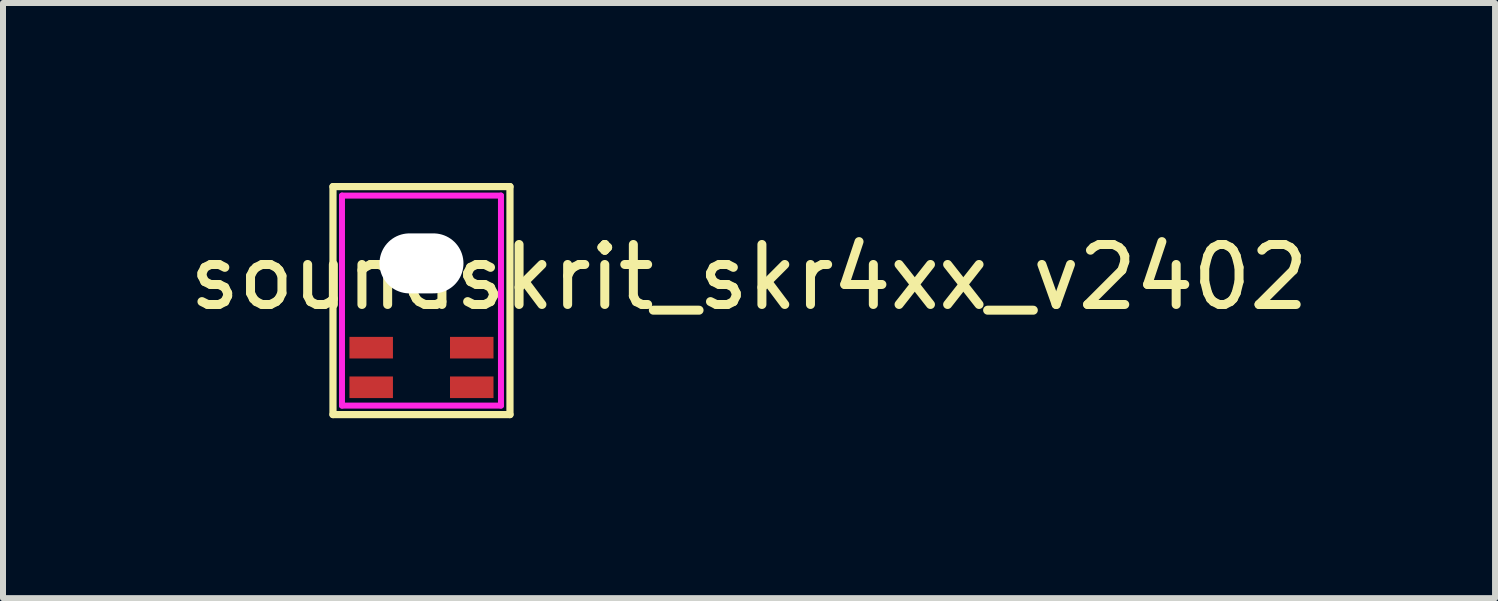
<source format=kicad_pcb>
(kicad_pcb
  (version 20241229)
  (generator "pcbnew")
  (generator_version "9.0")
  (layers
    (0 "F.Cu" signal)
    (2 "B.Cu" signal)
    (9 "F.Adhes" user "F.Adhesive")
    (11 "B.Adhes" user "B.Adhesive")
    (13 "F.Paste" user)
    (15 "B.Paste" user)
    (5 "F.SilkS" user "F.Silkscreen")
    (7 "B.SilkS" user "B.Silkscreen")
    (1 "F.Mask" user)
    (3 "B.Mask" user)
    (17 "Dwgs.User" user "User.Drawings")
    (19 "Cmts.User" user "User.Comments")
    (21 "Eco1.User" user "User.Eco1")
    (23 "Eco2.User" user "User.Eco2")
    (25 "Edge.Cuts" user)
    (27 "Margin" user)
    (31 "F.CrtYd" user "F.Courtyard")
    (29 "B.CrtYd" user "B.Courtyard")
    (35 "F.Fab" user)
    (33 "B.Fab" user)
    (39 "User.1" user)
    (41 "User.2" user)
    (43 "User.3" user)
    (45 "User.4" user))
  (footprint "soundskrit_skr4xx_v2402"
    (layer "F.Cu")
    (at 3.975 1.34)
    (property "Reference" "soundskrit_skr4xx_v2402" (at 5.46 0.23 0) (layer "F.SilkS") (effects (font (size 1 1) (thickness 0.15))))
    (attr smd)
    (fp_line (start -0.2 -0.825) (end 0.2 -0.825) (stroke (width 0.25) (type default)) (layer "F.Mask"))
    (fp_line (start -0.2 0.825) (end 0.2 0.825) (stroke (width 0.25) (type default)) (layer "F.Mask"))
    (fp_arc (start -0.2 0.825) (mid -1.025 0) (end -0.2 -0.825) (stroke (width 0.25) (type default)) (layer "F.Mask"))
    (fp_arc (start 0.2 -0.825) (mid 1.025 0) (end 0.2 0.825) (stroke (width 0.25) (type default)) (layer "F.Mask"))
    (fp_line (start -1.475 -1.28) (end -1.475 2.52) (stroke (width 0.12) (type solid)) (layer "F.SilkS"))
    (fp_line (start -1.475 -1.28) (end 1.475 -1.28) (stroke (width 0.12) (type solid)) (layer "F.SilkS"))
    (fp_line (start -1.475 2.52) (end 1.475 2.52) (stroke (width 0.12) (type solid)) (layer "F.SilkS"))
    (fp_line (start 1.475 -1.28) (end 1.475 2.52) (stroke (width 0.12) (type solid)) (layer "F.SilkS"))
    (fp_line (start -1.325 -1.13) (end -1.325 2.37) (stroke (width 0.1) (type solid)) (layer "F.CrtYd"))
    (fp_line (start 1.325 -1.13) (end -1.325 -1.13) (stroke (width 0.1) (type solid)) (layer "F.CrtYd"))
    (fp_line (start 1.325 -1.13) (end 1.325 2.37) (stroke (width 0.1) (type solid)) (layer "F.CrtYd"))
    (fp_line (start 1.325 2.37) (end -1.325 2.37) (stroke (width 0.1) (type solid)) (layer "F.CrtYd"))
    (pad "" np_thru_hole oval (at 0 0) (size 1.4 1) (drill oval 1.4 1) (layers "*.Cu" "*.Mask"))
    (pad "1" smd rect (at 0.838 2.065) (size 0.725 0.36) (layers "F.Cu" "F.Mask" "F.Paste"))
    (pad "2" smd rect (at 0.838 1.405) (size 0.725 0.36) (layers "F.Cu" "F.Mask" "F.Paste"))
    (pad "4" smd rect (at -0.838 1.405) (size 0.725 0.36) (layers "F.Cu" "F.Mask" "F.Paste"))
    (pad "5" smd rect (at -0.838 2.065) (size 0.725 0.36) (layers "F.Cu" "F.Mask" "F.Paste")))
  (gr_rect
    (start -3 -3)
    (end 21.869 6.92)
    (stroke (width 0.1) (type default))
    (fill no)
    (layer "Edge.Cuts")))
</source>
